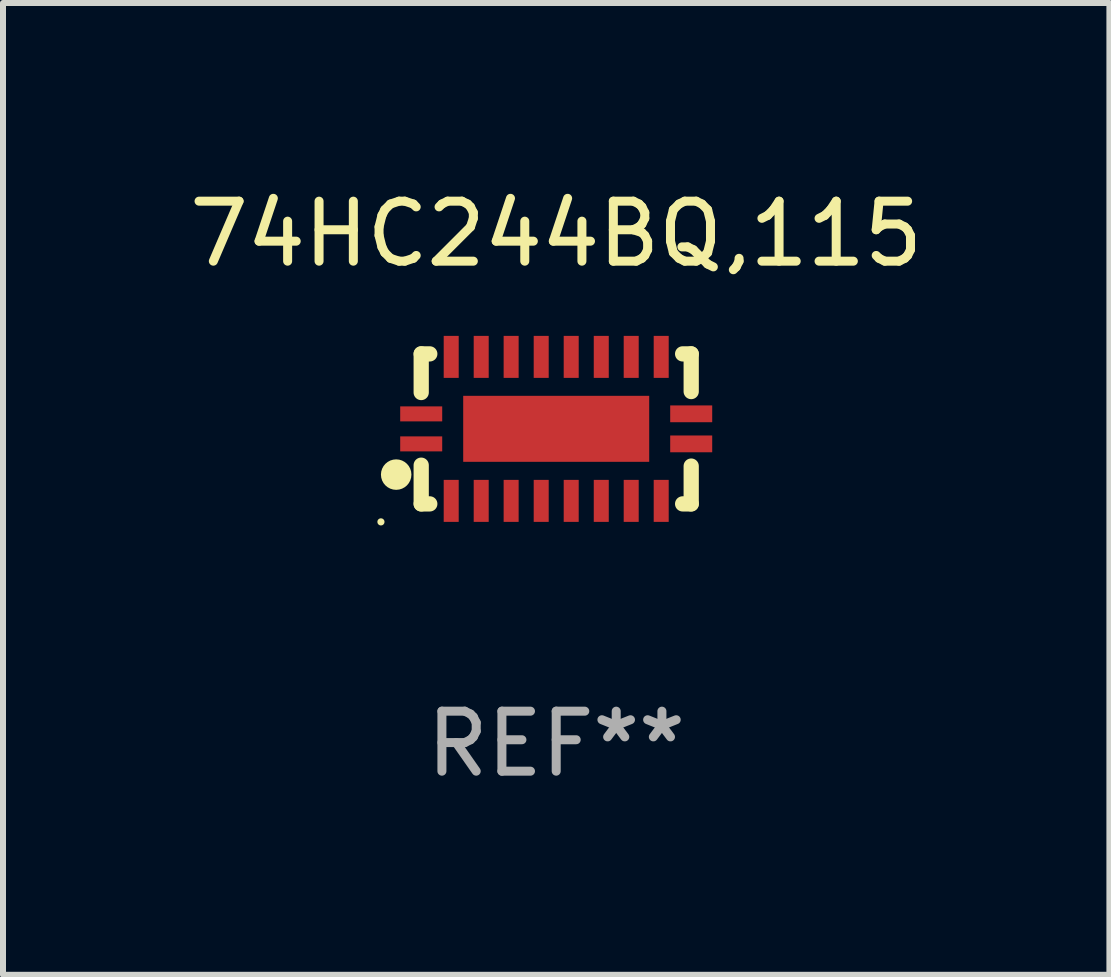
<source format=kicad_pcb>
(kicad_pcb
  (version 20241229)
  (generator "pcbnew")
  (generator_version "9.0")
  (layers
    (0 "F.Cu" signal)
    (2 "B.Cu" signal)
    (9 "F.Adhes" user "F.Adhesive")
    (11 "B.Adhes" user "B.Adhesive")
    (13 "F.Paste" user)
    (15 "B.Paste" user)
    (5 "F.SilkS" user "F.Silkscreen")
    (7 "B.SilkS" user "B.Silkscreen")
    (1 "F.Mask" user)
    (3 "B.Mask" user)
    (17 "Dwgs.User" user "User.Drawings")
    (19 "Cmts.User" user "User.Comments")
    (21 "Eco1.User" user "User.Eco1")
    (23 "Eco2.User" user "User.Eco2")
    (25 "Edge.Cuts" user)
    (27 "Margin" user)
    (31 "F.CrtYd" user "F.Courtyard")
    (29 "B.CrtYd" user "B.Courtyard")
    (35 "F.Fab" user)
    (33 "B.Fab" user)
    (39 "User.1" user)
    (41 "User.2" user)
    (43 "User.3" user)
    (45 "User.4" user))
  (footprint "74HC244BQ,115"
    (layer "F.Cu")
    (at 6.22 4.098)
    (property "Reference" "74HC244BQ,115" (at 0 -3.25 0) (layer "F.SilkS") (effects (font (size 1 1) (thickness 0.15))))
    (attr through_hole)
    (fp_line (start -2.25 0.605) (end -2.25 1.25) (stroke (width 0.254) (type solid)) (layer "F.SilkS"))
    (fp_line (start -2.25 1.25) (end -2.107 1.25) (stroke (width 0.254) (type solid)) (layer "F.SilkS"))
    (fp_line (start -2.25 -1.25) (end -2.25 -0.606) (stroke (width 0.254) (type solid)) (layer "F.SilkS"))
    (fp_line (start -2.25 -1.25) (end -2.107 -1.25) (stroke (width 0.254) (type solid)) (layer "F.SilkS"))
    (fp_line (start 2.107 -1.25) (end 2.25 -1.25) (stroke (width 0.254) (type solid)) (layer "F.SilkS"))
    (fp_line (start 2.107 1.25) (end 2.25 1.25) (stroke (width 0.254) (type solid)) (layer "F.SilkS"))
    (fp_line (start 2.25 -1.25) (end 2.25 -0.622) (stroke (width 0.254) (type solid)) (layer "F.SilkS"))
    (fp_line (start 2.25 0.62) (end 2.25 1.25) (stroke (width 0.254) (type solid)) (layer "F.SilkS"))
    (fp_circle (center -2.921 1.55) (end -2.891 1.55) (stroke (width 0.06) (type solid)) (fill no) (layer "F.SilkS"))
    (fp_circle (center -2.667 0.762) (end -2.54 0.762) (stroke (width 0.254) (type solid)) (fill no) (layer "F.SilkS"))
    (fp_text user "REF**" (at 0 5.25 0) (layer "F.Fab") (effects (font (size 1 1) (thickness 0.15))))
    (pad "1" smd rect (at -2.25 0.25 180) (size 0.7 0.25) (layers "F.Cu" "F.Mask" "F.Paste"))
    (pad "2" smd rect (at -1.75 1.2 90) (size 0.7 0.25) (layers "F.Cu" "F.Mask" "F.Paste"))
    (pad "3" smd rect (at -1.25 1.2 90) (size 0.7 0.25) (layers "F.Cu" "F.Mask" "F.Paste"))
    (pad "4" smd rect (at -0.751 1.2 90) (size 0.7 0.25) (layers "F.Cu" "F.Mask" "F.Paste"))
    (pad "5" smd rect (at -0.25 1.2 90) (size 0.7 0.25) (layers "F.Cu" "F.Mask" "F.Paste"))
    (pad "6" smd rect (at 0.25 1.2 90) (size 0.7 0.25) (layers "F.Cu" "F.Mask" "F.Paste"))
    (pad "7" smd rect (at 0.751 1.2 90) (size 0.7 0.25) (layers "F.Cu" "F.Mask" "F.Paste"))
    (pad "8" smd rect (at 1.25 1.2 90) (size 0.7 0.25) (layers "F.Cu" "F.Mask" "F.Paste"))
    (pad "9" smd rect (at 1.75 1.2 90) (size 0.7 0.25) (layers "F.Cu" "F.Mask" "F.Paste"))
    (pad "10" smd rect (at 2.25 0.25 180) (size 0.7 0.28) (layers "F.Cu" "F.Mask" "F.Paste"))
    (pad "11" smd rect (at 2.25 -0.251 180) (size 0.7 0.28) (layers "F.Cu" "F.Mask" "F.Paste"))
    (pad "12" smd rect (at 1.75 -1.2 90) (size 0.7 0.25) (layers "F.Cu" "F.Mask" "F.Paste"))
    (pad "13" smd rect (at 1.25 -1.2 90) (size 0.7 0.25) (layers "F.Cu" "F.Mask" "F.Paste"))
    (pad "14" smd rect (at 0.751 -1.2 90) (size 0.7 0.25) (layers "F.Cu" "F.Mask" "F.Paste"))
    (pad "15" smd rect (at 0.25 -1.2 90) (size 0.7 0.25) (layers "F.Cu" "F.Mask" "F.Paste"))
    (pad "16" smd rect (at -0.25 -1.2 90) (size 0.7 0.25) (layers "F.Cu" "F.Mask" "F.Paste"))
    (pad "17" smd rect (at -0.751 -1.2 90) (size 0.7 0.25) (layers "F.Cu" "F.Mask" "F.Paste"))
    (pad "18" smd rect (at -1.25 -1.2 90) (size 0.7 0.25) (layers "F.Cu" "F.Mask" "F.Paste"))
    (pad "19" smd rect (at -1.75 -1.2 90) (size 0.7 0.25) (layers "F.Cu" "F.Mask" "F.Paste"))
    (pad "20" smd rect (at -2.25 -0.25 180) (size 0.7 0.25) (layers "F.Cu" "F.Mask" "F.Paste"))
    (pad "21" smd rect (at 0 -0.001 180) (size 3.1 1.1) (layers "F.Cu" "F.Mask" "F.Paste")))
  (gr_rect
    (start -3 -3)
    (end 15.44 13.197)
    (stroke (width 0.1) (type default))
    (fill no)
    (layer "Edge.Cuts")))
</source>
